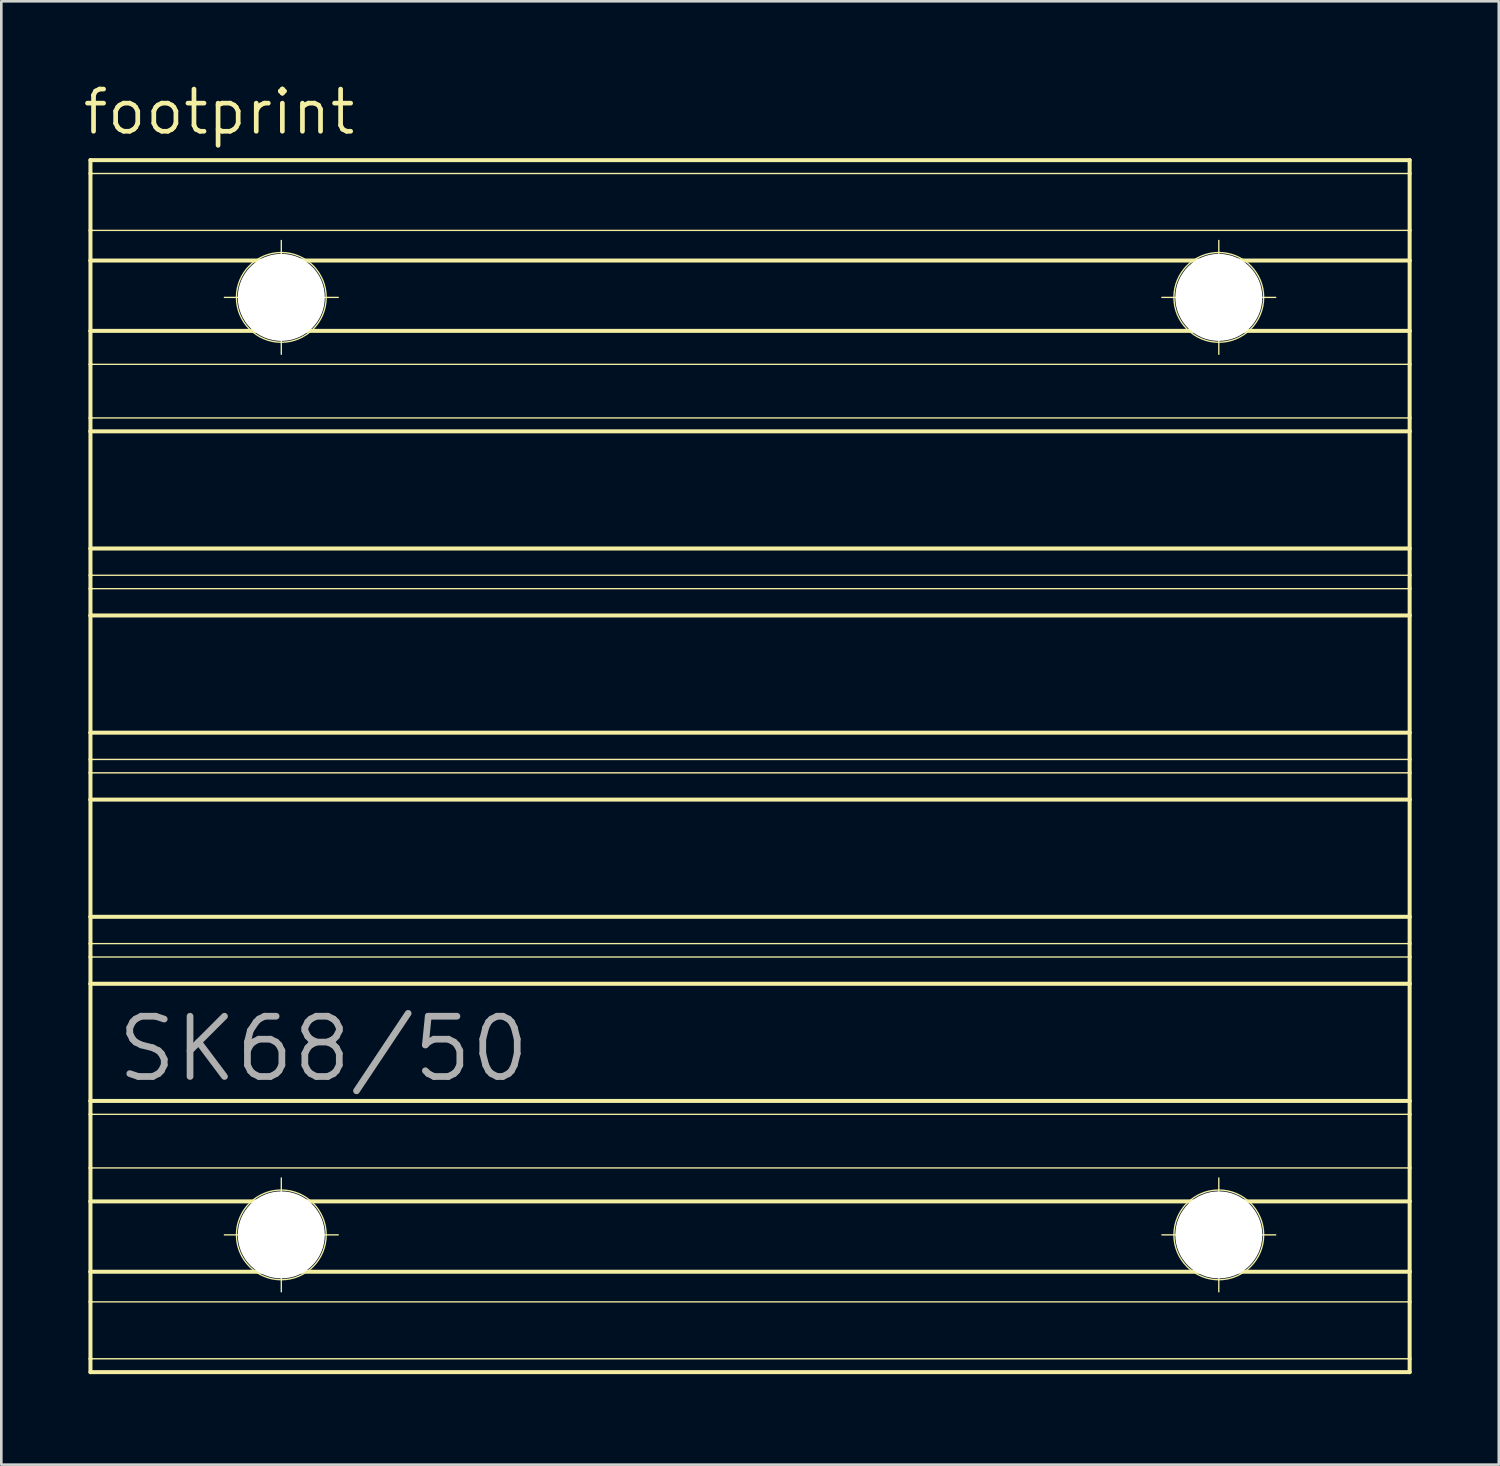
<source format=kicad_pcb>
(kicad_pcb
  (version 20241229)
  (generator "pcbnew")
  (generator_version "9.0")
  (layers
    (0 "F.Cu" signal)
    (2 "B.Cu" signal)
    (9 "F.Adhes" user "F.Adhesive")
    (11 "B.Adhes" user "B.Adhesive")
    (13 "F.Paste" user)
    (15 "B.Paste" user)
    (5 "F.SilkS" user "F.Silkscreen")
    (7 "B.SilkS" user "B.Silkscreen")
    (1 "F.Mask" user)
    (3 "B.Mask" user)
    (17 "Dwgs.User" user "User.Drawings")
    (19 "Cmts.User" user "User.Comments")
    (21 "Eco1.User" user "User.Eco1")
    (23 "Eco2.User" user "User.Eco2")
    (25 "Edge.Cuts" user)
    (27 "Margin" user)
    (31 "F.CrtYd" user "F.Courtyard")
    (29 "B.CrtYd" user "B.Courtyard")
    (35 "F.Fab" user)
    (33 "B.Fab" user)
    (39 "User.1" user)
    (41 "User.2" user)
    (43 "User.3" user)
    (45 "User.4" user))
  (footprint "footprint"
    (layer "F.Cu")
    (at 25.4 26.01)
    (property "Reference" "footprint" (at -25.4 -23.876 0) (layer "F.SilkS") (effects (font (size 1.6 1.6) (thickness 0.178)) (justify left bottom)))
    (fp_line (start -25.019 -22.987) (end -25.019 -22.479) (stroke (width 0.152) (type solid)) (layer "F.SilkS"))
    (fp_line (start -25.019 -22.479) (end -25.019 -20.32) (stroke (width 0.152) (type solid)) (layer "F.SilkS"))
    (fp_line (start -25.019 -22.479) (end 25.019 -22.479) (stroke (width 0.051) (type solid)) (layer "F.SilkS"))
    (fp_line (start -25.019 -20.32) (end -25.019 -19.177) (stroke (width 0.152) (type solid)) (layer "F.SilkS"))
    (fp_line (start -25.019 -20.32) (end 25.019 -20.32) (stroke (width 0.051) (type solid)) (layer "F.SilkS"))
    (fp_line (start -25.019 -19.177) (end -25.019 -16.51) (stroke (width 0.152) (type solid)) (layer "F.SilkS"))
    (fp_line (start -25.019 -19.177) (end 25.019 -19.177) (stroke (width 0.152) (type solid)) (layer "F.SilkS"))
    (fp_line (start -25.019 -16.51) (end 25.019 -16.51) (stroke (width 0.152) (type solid)) (layer "F.SilkS"))
    (fp_line (start -25.019 -15.24) (end -25.019 -16.51) (stroke (width 0.152) (type solid)) (layer "F.SilkS"))
    (fp_line (start -25.019 -15.24) (end 25.019 -15.24) (stroke (width 0.051) (type solid)) (layer "F.SilkS"))
    (fp_line (start -25.019 -13.208) (end -25.019 -15.24) (stroke (width 0.152) (type solid)) (layer "F.SilkS"))
    (fp_line (start -25.019 -13.208) (end -25.019 -12.7) (stroke (width 0.152) (type solid)) (layer "F.SilkS"))
    (fp_line (start -25.019 -13.208) (end 25.019 -13.208) (stroke (width 0.051) (type solid)) (layer "F.SilkS"))
    (fp_line (start -25.019 -12.7) (end -25.019 -8.255) (stroke (width 0.152) (type solid)) (layer "F.SilkS"))
    (fp_line (start -25.019 -12.7) (end 25.019 -12.7) (stroke (width 0.152) (type solid)) (layer "F.SilkS"))
    (fp_line (start -25.019 -8.255) (end -25.019 -7.239) (stroke (width 0.152) (type solid)) (layer "F.SilkS"))
    (fp_line (start -25.019 -8.255) (end 25.019 -8.255) (stroke (width 0.152) (type solid)) (layer "F.SilkS"))
    (fp_line (start -25.019 -7.239) (end 25.019 -7.239) (stroke (width 0.051) (type solid)) (layer "F.SilkS"))
    (fp_line (start -25.019 -6.731) (end -25.019 -7.239) (stroke (width 0.152) (type solid)) (layer "F.SilkS"))
    (fp_line (start -25.019 -6.731) (end -25.019 -5.715) (stroke (width 0.152) (type solid)) (layer "F.SilkS"))
    (fp_line (start -25.019 -6.731) (end 25.019 -6.731) (stroke (width 0.051) (type solid)) (layer "F.SilkS"))
    (fp_line (start -25.019 -5.715) (end -25.019 -1.27) (stroke (width 0.152) (type solid)) (layer "F.SilkS"))
    (fp_line (start -25.019 -5.715) (end 25.019 -5.715) (stroke (width 0.152) (type solid)) (layer "F.SilkS"))
    (fp_line (start -25.019 -1.27) (end -25.019 -0.254) (stroke (width 0.152) (type solid)) (layer "F.SilkS"))
    (fp_line (start -25.019 -1.27) (end 25.019 -1.27) (stroke (width 0.152) (type solid)) (layer "F.SilkS"))
    (fp_line (start -25.019 -0.254) (end -25.019 0.254) (stroke (width 0.152) (type solid)) (layer "F.SilkS"))
    (fp_line (start -25.019 -0.254) (end 25.019 -0.254) (stroke (width 0.051) (type solid)) (layer "F.SilkS"))
    (fp_line (start -25.019 0.254) (end 25.019 0.254) (stroke (width 0.051) (type solid)) (layer "F.SilkS"))
    (fp_line (start -25.019 1.27) (end -25.019 0.254) (stroke (width 0.152) (type solid)) (layer "F.SilkS"))
    (fp_line (start -25.019 1.27) (end -25.019 5.715) (stroke (width 0.152) (type solid)) (layer "F.SilkS"))
    (fp_line (start -25.019 1.27) (end 25.019 1.27) (stroke (width 0.152) (type solid)) (layer "F.SilkS"))
    (fp_line (start -25.019 5.715) (end -25.019 6.731) (stroke (width 0.152) (type solid)) (layer "F.SilkS"))
    (fp_line (start -25.019 5.715) (end 25.019 5.715) (stroke (width 0.152) (type solid)) (layer "F.SilkS"))
    (fp_line (start -25.019 6.731) (end -25.019 7.239) (stroke (width 0.152) (type solid)) (layer "F.SilkS"))
    (fp_line (start -25.019 6.731) (end 25.019 6.731) (stroke (width 0.051) (type solid)) (layer "F.SilkS"))
    (fp_line (start -25.019 7.239) (end 25.019 7.239) (stroke (width 0.051) (type solid)) (layer "F.SilkS"))
    (fp_line (start -25.019 8.255) (end -25.019 7.239) (stroke (width 0.152) (type solid)) (layer "F.SilkS"))
    (fp_line (start -25.019 8.255) (end 25.019 8.255) (stroke (width 0.152) (type solid)) (layer "F.SilkS"))
    (fp_line (start -25.019 12.7) (end -25.019 8.255) (stroke (width 0.152) (type solid)) (layer "F.SilkS"))
    (fp_line (start -25.019 12.7) (end -25.019 13.208) (stroke (width 0.152) (type solid)) (layer "F.SilkS"))
    (fp_line (start -25.019 13.208) (end -25.019 15.24) (stroke (width 0.152) (type solid)) (layer "F.SilkS"))
    (fp_line (start -25.019 15.24) (end -25.019 16.51) (stroke (width 0.152) (type solid)) (layer "F.SilkS"))
    (fp_line (start -25.019 16.51) (end -25.019 19.177) (stroke (width 0.152) (type solid)) (layer "F.SilkS"))
    (fp_line (start -25.019 20.32) (end -25.019 19.177) (stroke (width 0.152) (type solid)) (layer "F.SilkS"))
    (fp_line (start -25.019 22.479) (end -25.019 20.32) (stroke (width 0.152) (type solid)) (layer "F.SilkS"))
    (fp_line (start -25.019 22.479) (end -25.019 22.987) (stroke (width 0.152) (type solid)) (layer "F.SilkS"))
    (fp_line (start -25.019 22.987) (end 25.019 22.987) (stroke (width 0.152) (type solid)) (layer "F.SilkS"))
    (fp_line (start -19.939 -17.78) (end -15.621 -17.78) (stroke (width 0.051) (type solid)) (layer "F.SilkS"))
    (fp_line (start -19.939 17.78) (end -15.621 17.78) (stroke (width 0.051) (type solid)) (layer "F.SilkS"))
    (fp_line (start -17.78 -19.939) (end -17.78 -15.621) (stroke (width 0.051) (type solid)) (layer "F.SilkS"))
    (fp_line (start -17.78 15.621) (end -17.78 19.939) (stroke (width 0.051) (type solid)) (layer "F.SilkS"))
    (fp_line (start 15.621 -17.78) (end 19.939 -17.78) (stroke (width 0.051) (type solid)) (layer "F.SilkS"))
    (fp_line (start 15.621 17.78) (end 19.939 17.78) (stroke (width 0.051) (type solid)) (layer "F.SilkS"))
    (fp_line (start 17.78 -19.939) (end 17.78 -15.621) (stroke (width 0.051) (type solid)) (layer "F.SilkS"))
    (fp_line (start 17.78 15.621) (end 17.78 19.939) (stroke (width 0.051) (type solid)) (layer "F.SilkS"))
    (fp_line (start 25.019 -22.987) (end -25.019 -22.987) (stroke (width 0.152) (type solid)) (layer "F.SilkS"))
    (fp_line (start 25.019 -22.987) (end 25.019 -22.479) (stroke (width 0.152) (type solid)) (layer "F.SilkS"))
    (fp_line (start 25.019 -20.32) (end 25.019 -22.479) (stroke (width 0.152) (type solid)) (layer "F.SilkS"))
    (fp_line (start 25.019 -19.177) (end 25.019 -20.32) (stroke (width 0.152) (type solid)) (layer "F.SilkS"))
    (fp_line (start 25.019 -16.51) (end 25.019 -19.177) (stroke (width 0.152) (type solid)) (layer "F.SilkS"))
    (fp_line (start 25.019 -16.51) (end 25.019 -15.24) (stroke (width 0.152) (type solid)) (layer "F.SilkS"))
    (fp_line (start 25.019 -13.208) (end 25.019 -15.24) (stroke (width 0.152) (type solid)) (layer "F.SilkS"))
    (fp_line (start 25.019 -13.208) (end 25.019 -12.7) (stroke (width 0.152) (type solid)) (layer "F.SilkS"))
    (fp_line (start 25.019 -8.255) (end 25.019 -12.7) (stroke (width 0.152) (type solid)) (layer "F.SilkS"))
    (fp_line (start 25.019 -7.239) (end 25.019 -8.255) (stroke (width 0.152) (type solid)) (layer "F.SilkS"))
    (fp_line (start 25.019 -7.239) (end 25.019 -6.731) (stroke (width 0.152) (type solid)) (layer "F.SilkS"))
    (fp_line (start 25.019 -5.715) (end 25.019 -6.731) (stroke (width 0.152) (type solid)) (layer "F.SilkS"))
    (fp_line (start 25.019 -1.27) (end 25.019 -5.715) (stroke (width 0.152) (type solid)) (layer "F.SilkS"))
    (fp_line (start 25.019 -1.27) (end 25.019 -0.254) (stroke (width 0.152) (type solid)) (layer "F.SilkS"))
    (fp_line (start 25.019 -0.254) (end 25.019 0.254) (stroke (width 0.152) (type solid)) (layer "F.SilkS"))
    (fp_line (start 25.019 0.254) (end 25.019 1.27) (stroke (width 0.152) (type solid)) (layer "F.SilkS"))
    (fp_line (start 25.019 5.715) (end 25.019 1.27) (stroke (width 0.152) (type solid)) (layer "F.SilkS"))
    (fp_line (start 25.019 5.715) (end 25.019 6.731) (stroke (width 0.152) (type solid)) (layer "F.SilkS"))
    (fp_line (start 25.019 6.731) (end 25.019 7.239) (stroke (width 0.152) (type solid)) (layer "F.SilkS"))
    (fp_line (start 25.019 7.239) (end 25.019 8.255) (stroke (width 0.152) (type solid)) (layer "F.SilkS"))
    (fp_line (start 25.019 12.7) (end -25.019 12.7) (stroke (width 0.152) (type solid)) (layer "F.SilkS"))
    (fp_line (start 25.019 12.7) (end 25.019 8.255) (stroke (width 0.152) (type solid)) (layer "F.SilkS"))
    (fp_line (start 25.019 12.7) (end 25.019 13.208) (stroke (width 0.152) (type solid)) (layer "F.SilkS"))
    (fp_line (start 25.019 13.208) (end -25.019 13.208) (stroke (width 0.051) (type solid)) (layer "F.SilkS"))
    (fp_line (start 25.019 15.24) (end -25.019 15.24) (stroke (width 0.051) (type solid)) (layer "F.SilkS"))
    (fp_line (start 25.019 15.24) (end 25.019 13.208) (stroke (width 0.152) (type solid)) (layer "F.SilkS"))
    (fp_line (start 25.019 16.51) (end -25.019 16.51) (stroke (width 0.152) (type solid)) (layer "F.SilkS"))
    (fp_line (start 25.019 16.51) (end 25.019 15.24) (stroke (width 0.152) (type solid)) (layer "F.SilkS"))
    (fp_line (start 25.019 19.177) (end -25.019 19.177) (stroke (width 0.152) (type solid)) (layer "F.SilkS"))
    (fp_line (start 25.019 19.177) (end 25.019 16.51) (stroke (width 0.152) (type solid)) (layer "F.SilkS"))
    (fp_line (start 25.019 20.32) (end -25.019 20.32) (stroke (width 0.051) (type solid)) (layer "F.SilkS"))
    (fp_line (start 25.019 20.32) (end 25.019 19.177) (stroke (width 0.152) (type solid)) (layer "F.SilkS"))
    (fp_line (start 25.019 22.479) (end -25.019 22.479) (stroke (width 0.051) (type solid)) (layer "F.SilkS"))
    (fp_line (start 25.019 22.479) (end 25.019 20.32) (stroke (width 0.152) (type solid)) (layer "F.SilkS"))
    (fp_line (start 25.019 22.987) (end 25.019 22.479) (stroke (width 0.152) (type solid)) (layer "F.SilkS"))
    (fp_circle (center -17.78 -17.78) (end -16.078 -17.78) (stroke (width 0.051) (type solid)) (fill no) (layer "F.SilkS"))
    (fp_circle (center -17.78 17.78) (end -16.078 17.78) (stroke (width 0.051) (type solid)) (fill no) (layer "F.SilkS"))
    (fp_circle (center 17.78 -17.78) (end 19.482 -17.78) (stroke (width 0.051) (type solid)) (fill no) (layer "F.SilkS"))
    (fp_circle (center 17.78 17.78) (end 19.482 17.78) (stroke (width 0.051) (type solid)) (fill no) (layer "F.SilkS"))
    (fp_text user "SK68/50" (at -24.13 12.065 0) (layer "F.Fab") (effects (font (size 2.286 2.286) (thickness 0.254)) (justify left bottom)))
    (pad "" np_thru_hole circle (at -17.78 -17.78) (size 3.302 3.302) (drill 3.302) (layers "*.Cu" "*.Mask"))
    (pad "" np_thru_hole circle (at -17.78 17.78) (size 3.302 3.302) (drill 3.302) (layers "*.Cu" "*.Mask"))
    (pad "" np_thru_hole circle (at 17.78 -17.78) (size 3.302 3.302) (drill 3.302) (layers "*.Cu" "*.Mask"))
    (pad "" np_thru_hole circle (at 17.78 17.78) (size 3.302 3.302) (drill 3.302) (layers "*.Cu" "*.Mask"))
    (zone (net_name "") (layer "F.Cu") (hatch edge 0.508) (connect_pads) (min_thickness 0.254) (filled_areas_thickness no) (keepout (tracks not_allowed) (vias not_allowed) (pads not_allowed) (copperpour not_allowed) (footprints allowed)) (placement (enabled no)) (fill) (polygon (pts (xy 0 49.505) (xy 50.8 49.505) (xy 50.8 2.515) (xy 0 2.515))))
    (zone (net_name "") (layers "F.Cu" "B.Cu") (hatch edge 0.508) (connect_pads) (min_thickness 0.254) (filled_areas_thickness no) (keepout (tracks allowed) (vias not_allowed) (pads allowed) (copperpour allowed) (footprints allowed)) (placement (enabled no)) (fill) (polygon (pts (xy 0 49.505) (xy 50.8 49.505) (xy 50.8 2.515) (xy 0 2.515))))
    (zone (net_name "") (layer "B.Cu") (hatch edge 0.508) (connect_pads) (min_thickness 0.254) (filled_areas_thickness no) (keepout (tracks not_allowed) (vias not_allowed) (pads not_allowed) (copperpour not_allowed) (footprints allowed)) (placement (enabled no)) (fill) (polygon (pts (xy 11.43 8.23) (xy 11.372 7.568) (xy 11.2 6.927) (xy 10.92 6.325) (xy 10.539 5.781) (xy 10.069 5.311) (xy 9.525 4.93) (xy 8.923 4.649) (xy 8.282 4.477) (xy 7.62 4.42) (xy 6.958 4.477) (xy 6.317 4.649) (xy 5.715 4.93) (xy 5.171 5.311) (xy 4.701 5.781) (xy 4.32 6.325) (xy 4.04 6.927) (xy 3.868 7.568) (xy 3.81 8.23) (xy 3.868 8.891) (xy 4.04 9.533) (xy 4.32 10.135) (xy 4.701 10.679) (xy 5.171 11.148) (xy 5.715 11.529) (xy 6.317 11.81) (xy 6.958 11.982) (xy 7.62 12.04) (xy 8.282 11.982) (xy 8.923 11.81) (xy 9.525 11.529) (xy 10.069 11.148) (xy 10.539 10.679) (xy 10.92 10.135) (xy 11.2 9.533) (xy 11.372 8.891))))
    (zone (net_name "") (layer "B.Cu") (hatch edge 0.508) (connect_pads) (min_thickness 0.254) (filled_areas_thickness no) (keepout (tracks not_allowed) (vias not_allowed) (pads not_allowed) (copperpour not_allowed) (footprints allowed)) (placement (enabled no)) (fill) (polygon (pts (xy 11.43 43.79) (xy 11.372 43.128) (xy 11.2 42.487) (xy 10.92 41.885) (xy 10.539 41.341) (xy 10.069 40.871) (xy 9.525 40.49) (xy 8.923 40.209) (xy 8.282 40.037) (xy 7.62 39.98) (xy 6.958 40.037) (xy 6.317 40.209) (xy 5.715 40.49) (xy 5.171 40.871) (xy 4.701 41.341) (xy 4.32 41.885) (xy 4.04 42.487) (xy 3.868 43.128) (xy 3.81 43.79) (xy 3.868 44.451) (xy 4.04 45.093) (xy 4.32 45.695) (xy 4.701 46.239) (xy 5.171 46.708) (xy 5.715 47.089) (xy 6.317 47.37) (xy 6.958 47.542) (xy 7.62 47.6) (xy 8.282 47.542) (xy 8.923 47.37) (xy 9.525 47.089) (xy 10.069 46.708) (xy 10.539 46.239) (xy 10.92 45.695) (xy 11.2 45.093) (xy 11.372 44.451))))
    (zone (net_name "") (layer "B.Cu") (hatch edge 0.508) (connect_pads) (min_thickness 0.254) (filled_areas_thickness no) (keepout (tracks not_allowed) (vias not_allowed) (pads not_allowed) (copperpour not_allowed) (footprints allowed)) (placement (enabled no)) (fill) (polygon (pts (xy 46.99 8.23) (xy 46.932 7.568) (xy 46.76 6.927) (xy 46.48 6.325) (xy 46.099 5.781) (xy 45.629 5.311) (xy 45.085 4.93) (xy 44.483 4.649) (xy 43.842 4.477) (xy 43.18 4.42) (xy 42.518 4.477) (xy 41.877 4.649) (xy 41.275 4.93) (xy 40.731 5.311) (xy 40.261 5.781) (xy 39.88 6.325) (xy 39.6 6.927) (xy 39.428 7.568) (xy 39.37 8.23) (xy 39.428 8.891) (xy 39.6 9.533) (xy 39.88 10.135) (xy 40.261 10.679) (xy 40.731 11.148) (xy 41.275 11.529) (xy 41.877 11.81) (xy 42.518 11.982) (xy 43.18 12.04) (xy 43.842 11.982) (xy 44.483 11.81) (xy 45.085 11.529) (xy 45.629 11.148) (xy 46.099 10.679) (xy 46.48 10.135) (xy 46.76 9.533) (xy 46.932 8.891))))
    (zone (net_name "") (layer "B.Cu") (hatch edge 0.508) (connect_pads) (min_thickness 0.254) (filled_areas_thickness no) (keepout (tracks not_allowed) (vias not_allowed) (pads not_allowed) (copperpour not_allowed) (footprints allowed)) (placement (enabled no)) (fill) (polygon (pts (xy 46.99 43.79) (xy 46.932 43.128) (xy 46.76 42.487) (xy 46.48 41.885) (xy 46.099 41.341) (xy 45.629 40.871) (xy 45.085 40.49) (xy 44.483 40.209) (xy 43.842 40.037) (xy 43.18 39.98) (xy 42.518 40.037) (xy 41.877 40.209) (xy 41.275 40.49) (xy 40.731 40.871) (xy 40.261 41.341) (xy 39.88 41.885) (xy 39.6 42.487) (xy 39.428 43.128) (xy 39.37 43.79) (xy 39.428 44.451) (xy 39.6 45.093) (xy 39.88 45.695) (xy 40.261 46.239) (xy 40.731 46.708) (xy 41.275 47.089) (xy 41.877 47.37) (xy 42.518 47.542) (xy 43.18 47.6) (xy 43.842 47.542) (xy 44.483 47.37) (xy 45.085 47.089) (xy 45.629 46.708) (xy 46.099 46.239) (xy 46.48 45.695) (xy 46.76 45.093) (xy 46.932 44.451)))))
  (gr_rect
    (start -3 -3)
    (end 53.8 52.505)
    (stroke (width 0.1) (type default))
    (fill no)
    (layer "Edge.Cuts")))
</source>
